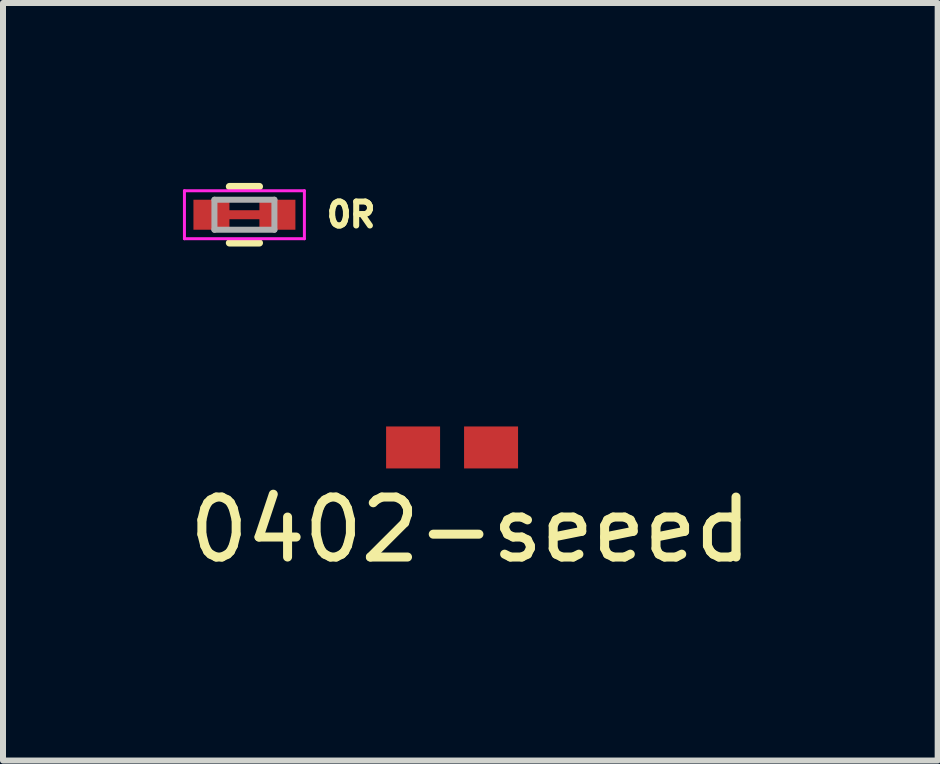
<source format=kicad_pcb>
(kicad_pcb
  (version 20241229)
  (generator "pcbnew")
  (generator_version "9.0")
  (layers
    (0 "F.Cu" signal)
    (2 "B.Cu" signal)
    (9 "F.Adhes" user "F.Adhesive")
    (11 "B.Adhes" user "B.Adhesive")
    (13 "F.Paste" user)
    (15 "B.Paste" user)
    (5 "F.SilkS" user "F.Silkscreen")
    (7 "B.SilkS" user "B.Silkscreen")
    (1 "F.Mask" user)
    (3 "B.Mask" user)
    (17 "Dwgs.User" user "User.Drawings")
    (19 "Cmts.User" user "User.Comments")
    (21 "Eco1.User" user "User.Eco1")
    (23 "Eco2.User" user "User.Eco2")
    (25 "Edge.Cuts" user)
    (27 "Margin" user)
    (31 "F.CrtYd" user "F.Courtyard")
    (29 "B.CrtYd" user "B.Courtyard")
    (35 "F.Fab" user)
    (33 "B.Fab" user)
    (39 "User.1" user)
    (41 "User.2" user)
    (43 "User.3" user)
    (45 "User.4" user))
  (footprint "0R"
    (layer "F.Cu")
    (at 1.025 0.53)
    (property "Reference" "0R" (at 1.778 0 0) (layer "F.SilkS") (effects (font (size 0.4 0.4) (thickness 0.1))))
    (attr smd)
    (fp_line (start -0.25 0.47) (end 0.25 0.47) (stroke (width 0.12) (type solid)) (layer "F.SilkS"))
    (fp_line (start 0.25 -0.47) (end -0.25 -0.47) (stroke (width 0.12) (type solid)) (layer "F.SilkS"))
    (fp_line (start -1 -0.4) (end -1 0.4) (stroke (width 0.05) (type solid)) (layer "F.CrtYd"))
    (fp_line (start -1 -0.4) (end 1 -0.4) (stroke (width 0.05) (type solid)) (layer "F.CrtYd"))
    (fp_line (start 1 0.4) (end -1 0.4) (stroke (width 0.05) (type solid)) (layer "F.CrtYd"))
    (fp_line (start 1 0.4) (end 1 -0.4) (stroke (width 0.05) (type solid)) (layer "F.CrtYd"))
    (fp_line (start -0.5 -0.25) (end 0.5 -0.25) (stroke (width 0.1) (type solid)) (layer "F.Fab"))
    (fp_line (start -0.5 0.25) (end -0.5 -0.25) (stroke (width 0.1) (type solid)) (layer "F.Fab"))
    (fp_line (start 0.5 -0.25) (end 0.5 0.25) (stroke (width 0.1) (type solid)) (layer "F.Fab"))
    (fp_line (start 0.5 0.25) (end -0.5 0.25) (stroke (width 0.1) (type solid)) (layer "F.Fab"))
    (pad "1" smd rect (at -0.55 0) (size 0.6 0.5) (layers "F.Cu" "F.Mask" "F.Paste"))
    (pad "1" smd rect (at 0 0) (size 0.8 0.15) (layers "F.Cu" "F.Mask" "F.Paste"))
    (pad "1" smd rect (at 0.55 0) (size 0.6 0.5) (layers "F.Cu" "F.Mask" "F.Paste")))
  (footprint "0402-seeed"
    (layer "F.Cu")
    (at 4.487 4.41)
    (property "Reference" "0402-seeed" (at 0.305 1.372 0) (layer "F.SilkS") (effects (font (size 1 1) (thickness 0.15))))
    (attr through_hole)
    (pad "1" smd rect (at -0.65 0) (size 0.9 0.7) (layers "F.Cu" "F.Mask" "F.Paste"))
    (pad "2" smd rect (at 0.65 0) (size 0.9 0.7) (layers "F.Cu" "F.Mask" "F.Paste")))
  (gr_rect
    (start -3 -3)
    (end 12.583 9.63)
    (stroke (width 0.1) (type default))
    (fill no)
    (layer "Edge.Cuts")))
</source>
